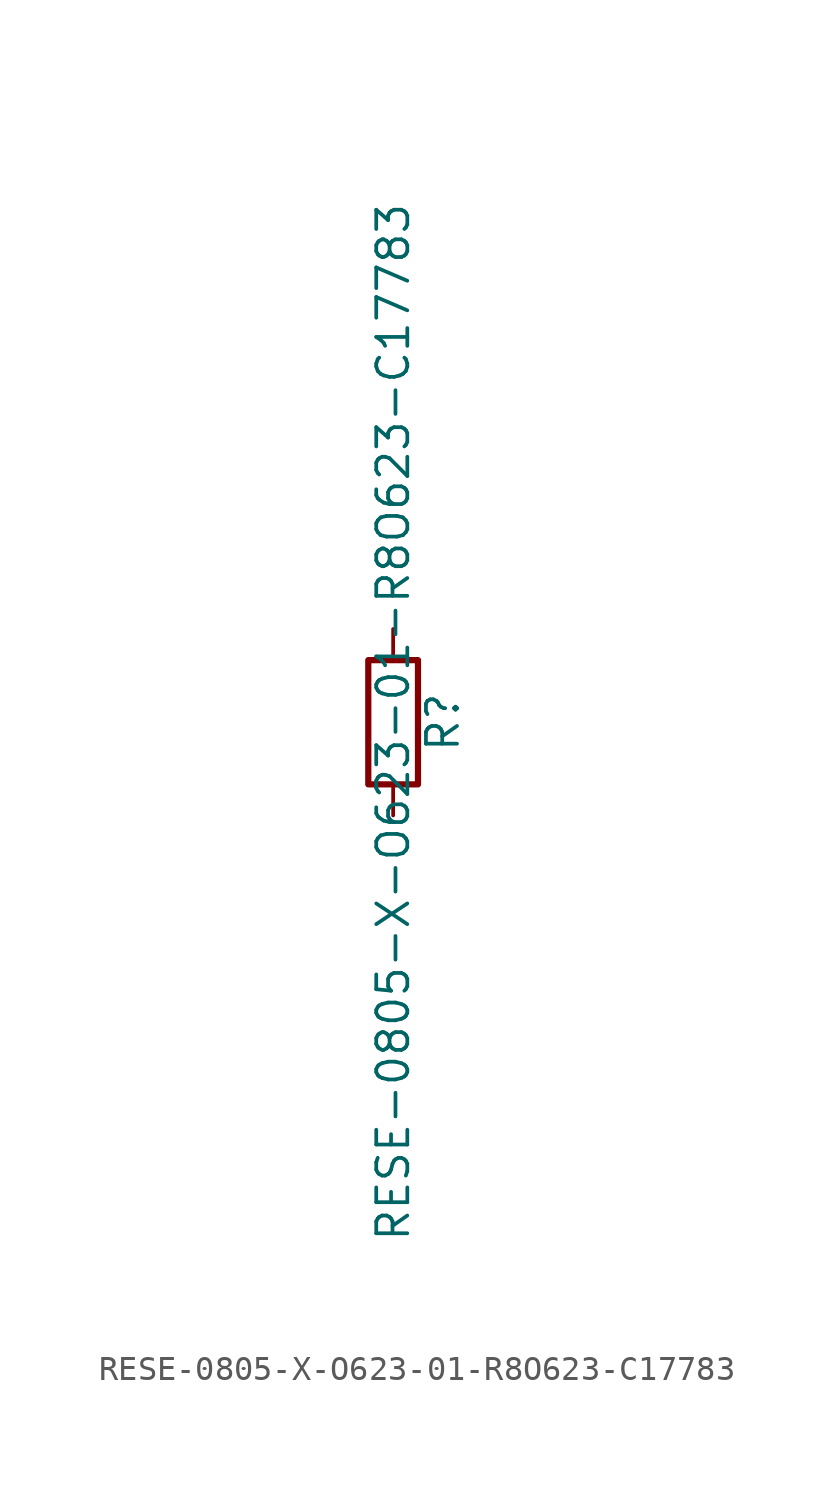
<source format=kicad_sym>
(kicad_symbol_lib
  (version 20211014)
  (generator kicad_symbol_editor)
  (symbol "RESE-0805-X-O623-01-R8O623-C17783"
    (pin_numbers hide)
    (pin_names
      (offset 0))
    (property "Reference" "R"
      (at 2.032 0 90)
      (effects (font (size 1.27 1.27))))
    (property "Value" "RESE-0805-X-O623-01-R8O623-C17783"
      (at 0 0 90)
      (effects (font (size 1.27 1.27))))
    (symbol "RESE-0805-X-O623-01-R8O623-C17783_0_1"
      (rectangle (start -1.016 -2.54) (end 1.016 2.54) (stroke (width 0.254) (type default) (color 0 0 0 0)) (fill (type none))))
    (symbol "RESE-0805-X-O623-01-R8O623-C17783_1_1"
      (pin passive line (at 0 3.81 270) (length 1.27) (name "~" (effects (font (size 1.27 1.27)))) (number "1" (effects (font (size 1.27 1.27)))))
      (pin passive line (at 0 -3.81 90) (length 1.27) (name "~" (effects (font (size 1.27 1.27)))) (number "2" (effects (font (size 1.27 1.27))))))))
</source>
